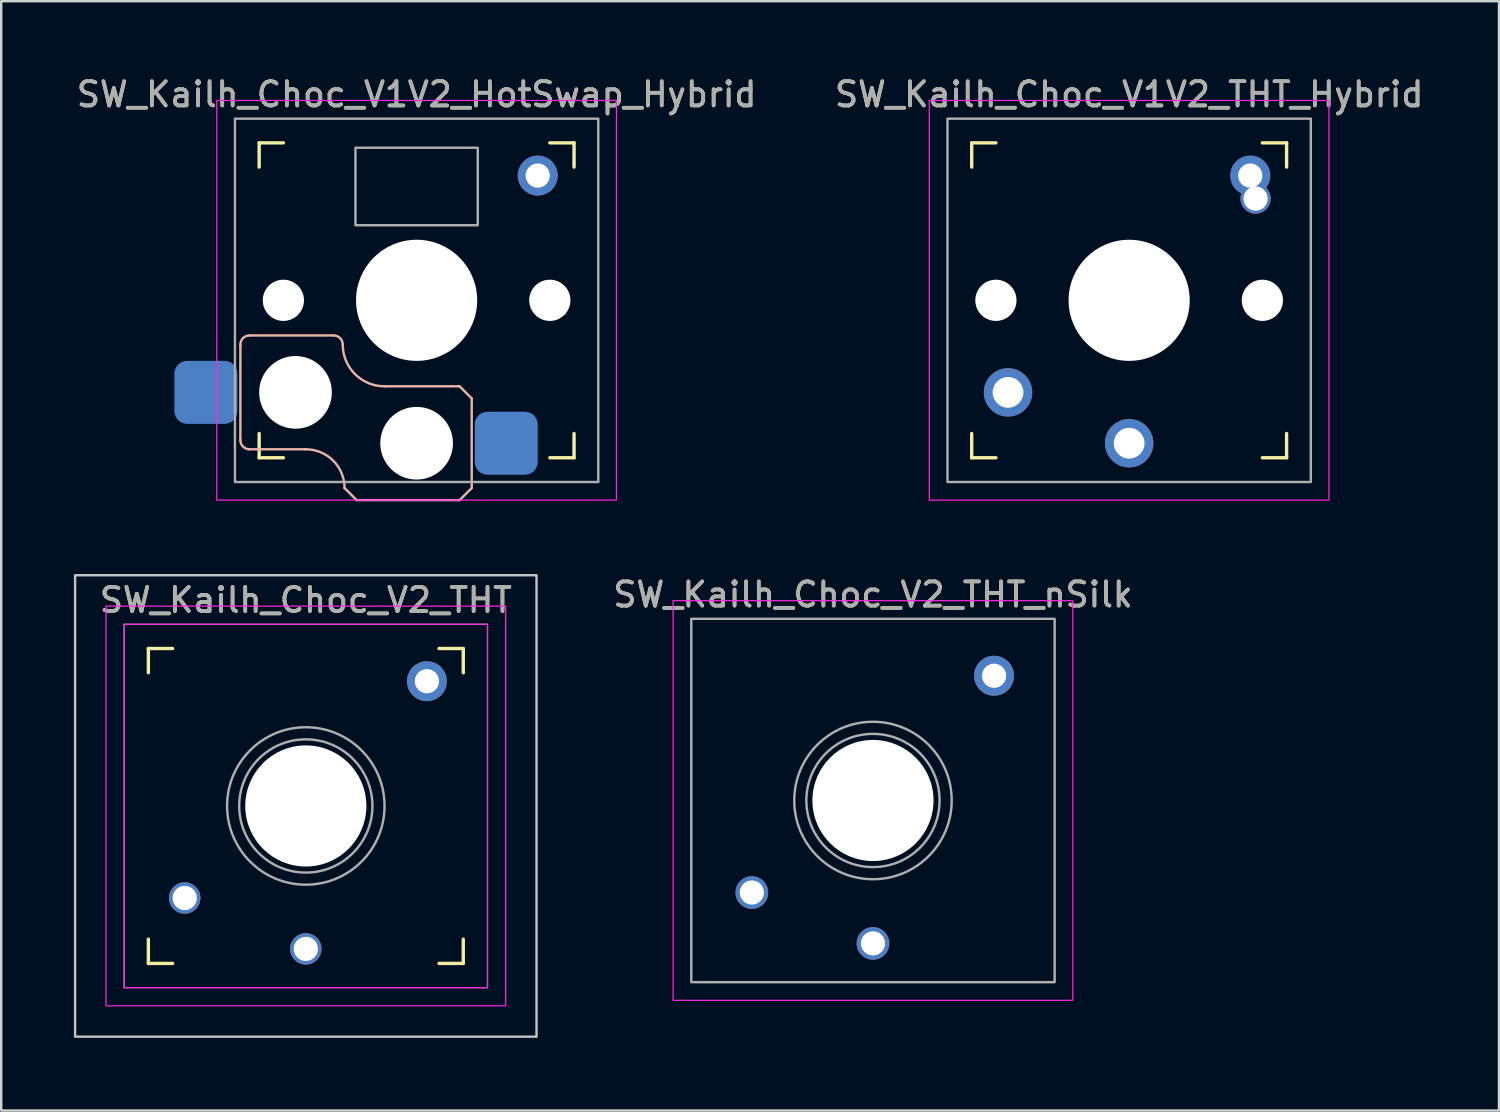
<source format=kicad_pcb>
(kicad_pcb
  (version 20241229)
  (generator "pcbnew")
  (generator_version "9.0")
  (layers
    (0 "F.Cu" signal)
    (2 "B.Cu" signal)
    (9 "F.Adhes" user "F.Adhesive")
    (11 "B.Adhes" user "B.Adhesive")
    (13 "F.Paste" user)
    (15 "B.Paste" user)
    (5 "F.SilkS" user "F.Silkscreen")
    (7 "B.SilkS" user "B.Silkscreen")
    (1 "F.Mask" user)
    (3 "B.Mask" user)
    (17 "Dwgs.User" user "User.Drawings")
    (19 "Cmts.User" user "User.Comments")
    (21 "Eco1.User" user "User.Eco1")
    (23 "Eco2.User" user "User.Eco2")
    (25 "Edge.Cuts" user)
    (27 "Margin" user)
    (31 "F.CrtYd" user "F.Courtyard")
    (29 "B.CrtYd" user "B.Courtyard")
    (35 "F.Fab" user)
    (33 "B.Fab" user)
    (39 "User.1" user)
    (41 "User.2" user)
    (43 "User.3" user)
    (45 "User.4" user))
  (footprint "SW_Kailh_Choc_V1V2_HotSwap_Hybrid"
    (layer "F.Cu")
    (at 14.149 9.348)
    (property "Reference" "SW_Kailh_Choc_V1V2_HotSwap_Hybrid" (at 0 -8.5 0) (unlocked yes) (layer "F.SilkS") (effects (font (size 1 1) (thickness 0.15))))
    (attr smd)
    (fp_line (start -6.5 -5.5) (end -6.5 -6.5) (stroke (width 0.14) (type solid)) (layer "F.SilkS"))
    (fp_line (start -6.5 6.5) (end -6.5 5.5) (stroke (width 0.14) (type solid)) (layer "F.SilkS"))
    (fp_line (start -6.5 6.5) (end -5.5 6.5) (stroke (width 0.14) (type solid)) (layer "F.SilkS"))
    (fp_line (start -5.5 -6.5) (end -6.5 -6.5) (stroke (width 0.14) (type solid)) (layer "F.SilkS"))
    (fp_line (start 5.5 6.5) (end 6.5 6.5) (stroke (width 0.14) (type solid)) (layer "F.SilkS"))
    (fp_line (start 6.5 -6.5) (end 5.5 -6.5) (stroke (width 0.14) (type solid)) (layer "F.SilkS"))
    (fp_line (start 6.5 -6.5) (end 6.5 -5.5) (stroke (width 0.14) (type solid)) (layer "F.SilkS"))
    (fp_line (start 6.5 5.5) (end 6.5 6.5) (stroke (width 0.14) (type solid)) (layer "F.SilkS"))
    (fp_line (start -7.275 5.775) (end -7.275 1.825) (stroke (width 0.1) (type default)) (layer "B.SilkS"))
    (fp_line (start -6.9 1.45) (end -3.425 1.45) (stroke (width 0.1) (type default)) (layer "B.SilkS"))
    (fp_line (start -6.9 6.15) (end -4.6 6.15) (stroke (width 0.1) (type default)) (layer "B.SilkS"))
    (fp_line (start -2.475 8.25) (end -2.975 7.75) (stroke (width 0.1) (type default)) (layer "B.SilkS"))
    (fp_line (start -1.325 3.55) (end 1.775 3.55) (stroke (width 0.1) (type default)) (layer "B.SilkS"))
    (fp_line (start 1.775 8.25) (end -2.475 8.25) (stroke (width 0.1) (type default)) (layer "B.SilkS"))
    (fp_line (start 2.275 4.05) (end 1.775 3.55) (stroke (width 0.1) (type default)) (layer "B.SilkS"))
    (fp_line (start 2.275 4.05) (end 2.275 7.75) (stroke (width 0.1) (type default)) (layer "B.SilkS"))
    (fp_line (start 2.275 7.75) (end 1.775 8.25) (stroke (width 0.1) (type default)) (layer "B.SilkS"))
    (fp_arc (start -7.275 1.825) (mid -7.165165 1.559835) (end -6.9 1.45) (stroke (width 0.1) (type default)) (layer "B.SilkS"))
    (fp_arc (start -6.9 6.15) (mid -7.165165 6.040165) (end -7.275 5.775) (stroke (width 0.1) (type default)) (layer "B.SilkS"))
    (fp_arc (start -4.600195 6.15) (mid -3.45256 6.609686) (end -2.975 7.75) (stroke (width 0.1) (type default)) (layer "B.SilkS"))
    (fp_arc (start -3.425 1.45) (mid -3.159835 1.559835) (end -3.05 1.825) (stroke (width 0.1) (type default)) (layer "B.SilkS"))
    (fp_arc (start -1.325 3.55) (mid -2.544759 3.044759) (end -3.05 1.825) (stroke (width 0.1) (type default)) (layer "B.SilkS"))
    (fp_rect (start -8.25 -8.25) (end 8.25 8.25) (stroke (width 0.05) (type solid)) (fill no) (layer "F.CrtYd"))
    (fp_rect (start -7.5 -7.5) (end 7.5 7.5) (stroke (width 0.1) (type solid)) (fill no) (layer "F.Fab"))
    (fp_rect (start -2.525 -6.3) (end 2.525 -3.1) (stroke (width 0.1) (type default)) (fill no) (layer "F.Fab"))
    (fp_text user "${REFERENCE}" (at 0 -8.5 0) (unlocked yes) (layer "F.Fab") (effects (font (size 1 1) (thickness 0.15))))
    (pad "" np_thru_hole circle (at -5.5 0) (size 1.702 1.702) (drill 1.702) (layers "*.Cu" "*.Mask"))
    (pad "" np_thru_hole circle (at -5 3.8) (size 3 3) (drill 3) (layers "*.Cu" "*.Mask"))
    (pad "" np_thru_hole circle (at 0 0) (size 5 5) (drill 5) (layers "*.Cu" "*.Mask"))
    (pad "" np_thru_hole circle (at 0 5.9) (size 3 3) (drill 3) (layers "*.Cu" "*.Mask"))
    (pad "" thru_hole circle (at 5 -5.15) (size 1.65 1.65) (drill 1) (layers "*.Cu" "B.Mask"))
    (pad "" np_thru_hole circle (at 5.5 0) (size 1.702 1.702) (drill 1.702) (layers "*.Cu" "*.Mask"))
    (pad "1" smd roundrect (at 3.7 5.9) (size 2.6 2.6) (layers "B.Cu" "B.Mask" "B.Paste") (roundrect_rratio 0.2))
    (pad "2" smd roundrect (at -8.7 3.8) (size 2.6 2.6) (layers "B.Cu" "B.Mask" "B.Paste") (roundrect_rratio 0.2)))
  (footprint "SW_Kailh_Choc_V1V2_THT_Hybrid"
    (layer "F.Cu")
    (at 43.565 9.348)
    (property "Reference" "SW_Kailh_Choc_V1V2_THT_Hybrid" (at 0 -8.5 0) (unlocked yes) (layer "F.SilkS") (effects (font (size 1 1) (thickness 0.15))))
    (attr through_hole)
    (fp_line (start -6.5 -5.5) (end -6.5 -6.5) (stroke (width 0.14) (type solid)) (layer "F.SilkS"))
    (fp_line (start -6.5 6.5) (end -6.5 5.5) (stroke (width 0.14) (type solid)) (layer "F.SilkS"))
    (fp_line (start -6.5 6.5) (end -5.5 6.5) (stroke (width 0.14) (type solid)) (layer "F.SilkS"))
    (fp_line (start -5.5 -6.5) (end -6.5 -6.5) (stroke (width 0.14) (type solid)) (layer "F.SilkS"))
    (fp_line (start 5.5 6.5) (end 6.5 6.5) (stroke (width 0.14) (type solid)) (layer "F.SilkS"))
    (fp_line (start 6.5 -6.5) (end 5.5 -6.5) (stroke (width 0.14) (type solid)) (layer "F.SilkS"))
    (fp_line (start 6.5 -6.5) (end 6.5 -5.5) (stroke (width 0.14) (type solid)) (layer "F.SilkS"))
    (fp_line (start 6.5 5.5) (end 6.5 6.5) (stroke (width 0.14) (type solid)) (layer "F.SilkS"))
    (fp_rect (start -8.25 -8.25) (end 8.25 8.25) (stroke (width 0.05) (type solid)) (fill no) (layer "F.CrtYd"))
    (fp_rect (start -7.5 -7.5) (end 7.5 7.5) (stroke (width 0.1) (type solid)) (fill no) (layer "F.Fab"))
    (fp_text user "${REFERENCE}" (at 0 -8.5 0) (unlocked yes) (layer "F.Fab") (effects (font (size 1 1) (thickness 0.15))))
    (pad "" np_thru_hole circle (at -5.5 0) (size 1.702 1.702) (drill 1.702) (layers "*.Cu" "*.Mask"))
    (pad "" np_thru_hole circle (at 0 0) (size 5 5) (drill 5) (layers "*.Cu" "*.Mask"))
    (pad "" thru_hole circle (at 5 -5.15) (size 1.65 1.65) (drill 1) (layers "*.Cu" "*.Mask"))
    (pad "" thru_hole circle (at 5.22 -4.2) (size 1.25 1.25) (drill 1) (layers "*.Cu" "*.Mask"))
    (pad "" np_thru_hole circle (at 5.5 0) (size 1.702 1.702) (drill 1.702) (layers "*.Cu" "*.Mask"))
    (pad "1" thru_hole circle (at 0 5.9) (size 2 2) (drill 1.27) (layers "*.Cu" "B.Mask"))
    (pad "2" thru_hole circle (at -5 3.8) (size 2 2) (drill 1.27) (layers "*.Cu" "B.Mask")))
  (footprint "SW_Kailh_Choc_V2_THT_nSilk"
    (layer "F.Cu")
    (at 32.989 29.997)
    (property "Reference" "SW_Kailh_Choc_V2_THT_nSilk" (at 0 -8.5 0) (unlocked yes) (layer "F.SilkS") (effects (font (size 1 1) (thickness 0.15))))
    (attr through_hole)
    (fp_rect (start -8.25 -8.25) (end 8.25 8.25) (stroke (width 0.05) (type solid)) (fill no) (layer "F.CrtYd"))
    (fp_rect (start 7.5 7.5) (end -7.5 -7.5) (stroke (width 0.1) (type solid)) (fill no) (layer "F.Fab"))
    (fp_circle (center 0 0) (end 2.75 0) (stroke (width 0.1) (type default)) (fill no) (layer "F.Fab"))
    (fp_circle (center 0 0) (end 3.25 0) (stroke (width 0.1) (type default)) (fill no) (layer "F.Fab"))
    (fp_poly (pts (xy -2.05 -0.65) (xy -0.7 -0.65) (xy -0.7 -2) (xy 0.6 -2) (xy 0.6 -0.65) (xy 1.95 -0.65) (xy 1.95 0.65) (xy 0.6 0.65) (xy 0.6 2) (xy -0.7 2) (xy -0.7 0.65) (xy -2.05 0.65)) (stroke (width 0.1) (type solid)) (fill no) (layer "F.Fab"))
    (fp_text user "${REFERENCE}" (at 0 -8.5 0) (unlocked yes) (layer "F.Fab") (effects (font (size 1 1) (thickness 0.15))))
    (pad "" np_thru_hole circle (at 0 0 180) (size 5 5) (drill 5) (layers "*.Cu" "*.Mask"))
    (pad "" thru_hole circle (at 5 -5.15) (size 1.65 1.65) (drill 1) (layers "*.Cu" "*.Mask"))
    (pad "1" thru_hole circle (at 0 5.9 180) (size 1.35 1.35) (drill 1) (layers "*.Cu" "B.Mask"))
    (pad "2" thru_hole circle (at -5 3.8 180) (size 1.35 1.35) (drill 1) (layers "*.Cu" "B.Mask")))
  (footprint "SW_Kailh_Choc_V2_THT"
    (layer "F.Cu")
    (at 9.575 30.223)
    (property "Reference" "SW_Kailh_Choc_V2_THT" (at 0 -8.5 0) (unlocked yes) (layer "F.SilkS") (effects (font (size 1 1) (thickness 0.15))))
    (attr through_hole)
    (fp_line (start -6.5 -5.5) (end -6.5 -6.5) (stroke (width 0.14) (type solid)) (layer "F.SilkS"))
    (fp_line (start -6.5 6.5) (end -6.5 5.5) (stroke (width 0.14) (type solid)) (layer "F.SilkS"))
    (fp_line (start -6.5 6.5) (end -5.5 6.5) (stroke (width 0.14) (type solid)) (layer "F.SilkS"))
    (fp_line (start -5.5 -6.5) (end -6.5 -6.5) (stroke (width 0.14) (type solid)) (layer "F.SilkS"))
    (fp_line (start 5.5 6.5) (end 6.5 6.5) (stroke (width 0.14) (type solid)) (layer "F.SilkS"))
    (fp_line (start 6.5 -6.5) (end 5.5 -6.5) (stroke (width 0.14) (type solid)) (layer "F.SilkS"))
    (fp_line (start 6.5 -6.5) (end 6.5 -5.5) (stroke (width 0.14) (type solid)) (layer "F.SilkS"))
    (fp_line (start 6.5 5.5) (end 6.5 6.5) (stroke (width 0.14) (type solid)) (layer "F.SilkS"))
    (fp_rect (start -9.525 -9.525) (end 9.525 9.525) (stroke (width 0.1) (type solid)) (fill no) (layer "Dwgs.User"))
    (fp_rect (start -8.25 -8.25) (end 8.25 8.25) (stroke (width 0.05) (type solid)) (fill no) (layer "F.CrtYd"))
    (fp_rect (start 7.5 7.5) (end -7.5 -7.5) (stroke (width 0.05) (type solid)) (fill no) (layer "F.CrtYd"))
    (fp_line (start -7.5 -7.5) (end 7.5 -7.5) (stroke (width 0.05) (type solid)) (layer "F.Fab"))
    (fp_line (start -7.5 7.5) (end -7.5 -7.5) (stroke (width 0.05) (type solid)) (layer "F.Fab"))
    (fp_line (start 7.5 -7.5) (end 7.5 7.5) (stroke (width 0.05) (type solid)) (layer "F.Fab"))
    (fp_line (start 7.5 7.5) (end -7.5 7.5) (stroke (width 0.05) (type solid)) (layer "F.Fab"))
    (fp_circle (center 0 0) (end 2.75 0) (stroke (width 0.1) (type default)) (fill no) (layer "F.Fab"))
    (fp_circle (center 0 0) (end 3.25 0) (stroke (width 0.1) (type default)) (fill no) (layer "F.Fab"))
    (fp_poly (pts (xy -2.05 -0.65) (xy -0.7 -0.65) (xy -0.7 -2) (xy 0.6 -2) (xy 0.6 -0.65) (xy 1.95 -0.65) (xy 1.95 0.65) (xy 0.6 0.65) (xy 0.6 2) (xy -0.7 2) (xy -0.7 0.65) (xy -2.05 0.65)) (stroke (width 0.1) (type solid)) (fill no) (layer "F.Fab"))
    (fp_text user "${REFERENCE}" (at 0 -8.5 0) (unlocked yes) (layer "F.Fab") (effects (font (size 1 1) (thickness 0.15))))
    (pad "" np_thru_hole circle (at 0 0 180) (size 5 5) (drill 5) (layers "*.Cu" "*.Mask"))
    (pad "1" thru_hole circle (at 0 5.9 180) (size 1.3 1.3) (drill 1) (layers "*.Cu" "B.Mask"))
    (pad "2" thru_hole circle (at -5 3.8 180) (size 1.3 1.3) (drill 1) (layers "*.Cu" "B.Mask"))
    (pad "3" thru_hole circle (at 5 -5.15) (size 1.65 1.65) (drill 1) (layers "*.Cu" "*.Mask")))
  (gr_rect
    (start -3 -3)
    (end 58.833 42.798)
    (stroke (width 0.1) (type default))
    (fill no)
    (layer "Edge.Cuts")))
</source>
